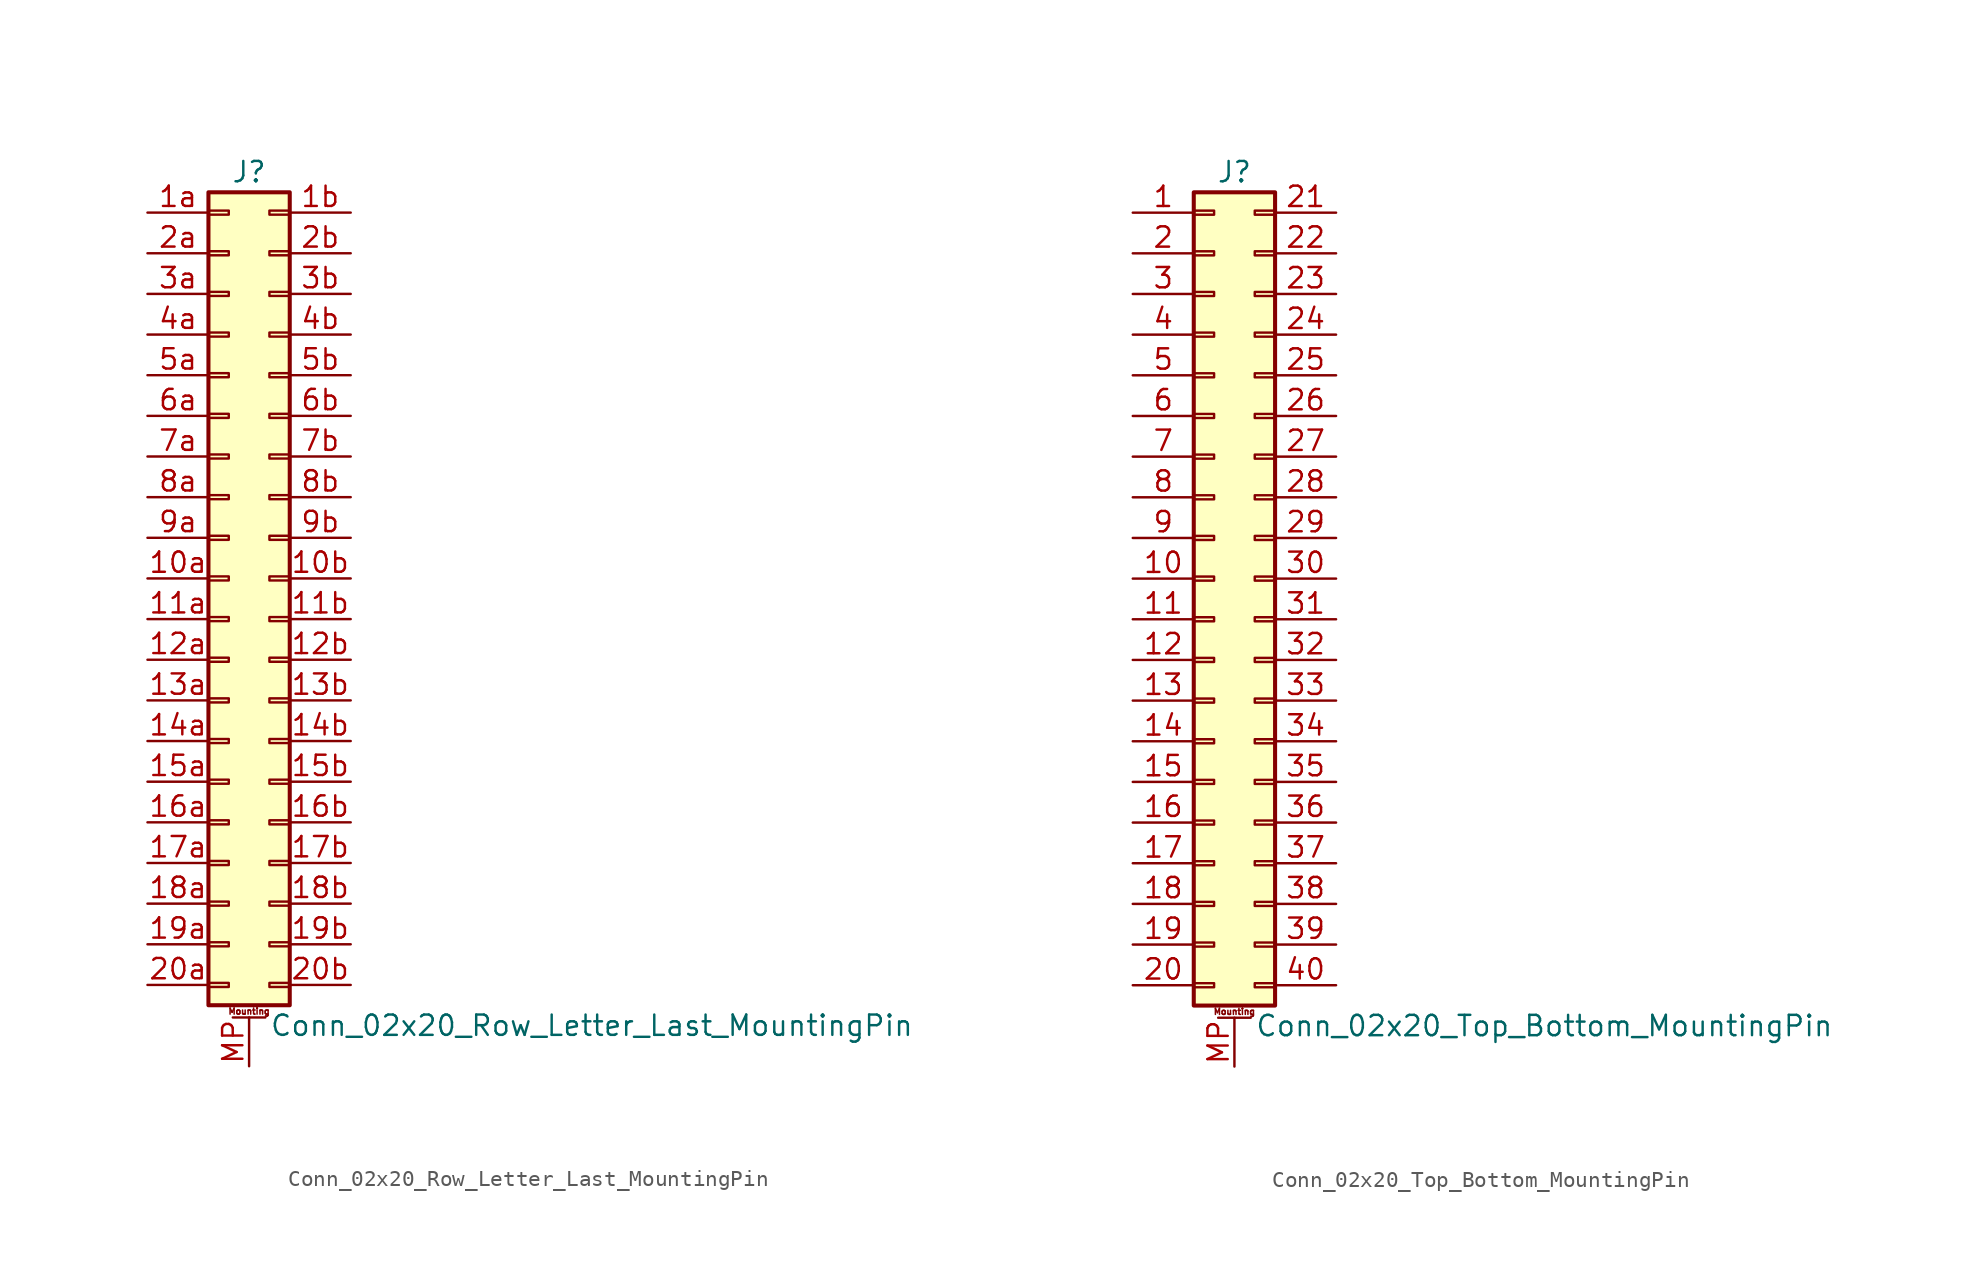
<source format=kicad_sym>
(kicad_symbol_lib
  (version 20201005)
  (generator kicad_symbol_editor)
  (symbol "Conn_02x20_Row_Letter_Last_MountingPin"
    (pin_names
      (offset 1.016) hide)
    (property "Reference" "J"
      (at 1.27 25.4 0)
      (effects (font (size 1.27 1.27))))
    (property "Value" "Conn_02x20_Row_Letter_Last_MountingPin"
      (at 2.54 -27.94 0)
      (effects (font (size 1.27 1.27)) (justify left)))
    (symbol "Conn_02x20_Row_Letter_Last_MountingPin_1_1"
      (text "Mounting" (at 1.27 -27.051 0) (effects (font (size 0.381 0.381))))
      (rectangle (start -1.27 -25.273) (end 0 -25.527) (stroke (width 0.152)) (fill (type none)))
      (rectangle (start -1.27 -22.733) (end 0 -22.987) (stroke (width 0.152)) (fill (type none)))
      (rectangle (start -1.27 -20.193) (end 0 -20.447) (stroke (width 0.152)) (fill (type none)))
      (rectangle (start -1.27 -17.653) (end 0 -17.907) (stroke (width 0.152)) (fill (type none)))
      (rectangle (start -1.27 -15.113) (end 0 -15.367) (stroke (width 0.152)) (fill (type none)))
      (rectangle (start -1.27 -12.573) (end 0 -12.827) (stroke (width 0.152)) (fill (type none)))
      (rectangle (start -1.27 -10.033) (end 0 -10.287) (stroke (width 0.152)) (fill (type none)))
      (rectangle (start -1.27 -7.493) (end 0 -7.747) (stroke (width 0.152)) (fill (type none)))
      (rectangle (start -1.27 -4.953) (end 0 -5.207) (stroke (width 0.152)) (fill (type none)))
      (rectangle (start -1.27 -2.413) (end 0 -2.667) (stroke (width 0.152)) (fill (type none)))
      (rectangle (start -1.27 0.127) (end 0 -0.127) (stroke (width 0.152)) (fill (type none)))
      (rectangle (start -1.27 2.667) (end 0 2.413) (stroke (width 0.152)) (fill (type none)))
      (rectangle (start -1.27 5.207) (end 0 4.953) (stroke (width 0.152)) (fill (type none)))
      (rectangle (start -1.27 7.747) (end 0 7.493) (stroke (width 0.152)) (fill (type none)))
      (rectangle (start -1.27 10.287) (end 0 10.033) (stroke (width 0.152)) (fill (type none)))
      (rectangle (start -1.27 12.827) (end 0 12.573) (stroke (width 0.152)) (fill (type none)))
      (rectangle (start -1.27 15.367) (end 0 15.113) (stroke (width 0.152)) (fill (type none)))
      (rectangle (start -1.27 17.907) (end 0 17.653) (stroke (width 0.152)) (fill (type none)))
      (rectangle (start -1.27 20.447) (end 0 20.193) (stroke (width 0.152)) (fill (type none)))
      (rectangle (start -1.27 22.987) (end 0 22.733) (stroke (width 0.152)) (fill (type none)))
      (rectangle (start -1.27 24.13) (end 3.81 -26.67) (stroke (width 0.254)) (fill (type background)))
      (rectangle (start 3.81 -25.273) (end 2.54 -25.527) (stroke (width 0.152)) (fill (type none)))
      (rectangle (start 3.81 -22.733) (end 2.54 -22.987) (stroke (width 0.152)) (fill (type none)))
      (rectangle (start 3.81 -20.193) (end 2.54 -20.447) (stroke (width 0.152)) (fill (type none)))
      (rectangle (start 3.81 -17.653) (end 2.54 -17.907) (stroke (width 0.152)) (fill (type none)))
      (rectangle (start 3.81 -15.113) (end 2.54 -15.367) (stroke (width 0.152)) (fill (type none)))
      (rectangle (start 3.81 -12.573) (end 2.54 -12.827) (stroke (width 0.152)) (fill (type none)))
      (rectangle (start 3.81 -10.033) (end 2.54 -10.287) (stroke (width 0.152)) (fill (type none)))
      (rectangle (start 3.81 -7.493) (end 2.54 -7.747) (stroke (width 0.152)) (fill (type none)))
      (rectangle (start 3.81 -4.953) (end 2.54 -5.207) (stroke (width 0.152)) (fill (type none)))
      (rectangle (start 3.81 -2.413) (end 2.54 -2.667) (stroke (width 0.152)) (fill (type none)))
      (rectangle (start 3.81 0.127) (end 2.54 -0.127) (stroke (width 0.152)) (fill (type none)))
      (rectangle (start 3.81 2.667) (end 2.54 2.413) (stroke (width 0.152)) (fill (type none)))
      (rectangle (start 3.81 5.207) (end 2.54 4.953) (stroke (width 0.152)) (fill (type none)))
      (rectangle (start 3.81 7.747) (end 2.54 7.493) (stroke (width 0.152)) (fill (type none)))
      (rectangle (start 3.81 10.287) (end 2.54 10.033) (stroke (width 0.152)) (fill (type none)))
      (rectangle (start 3.81 12.827) (end 2.54 12.573) (stroke (width 0.152)) (fill (type none)))
      (rectangle (start 3.81 15.367) (end 2.54 15.113) (stroke (width 0.152)) (fill (type none)))
      (rectangle (start 3.81 17.907) (end 2.54 17.653) (stroke (width 0.152)) (fill (type none)))
      (rectangle (start 3.81 20.447) (end 2.54 20.193) (stroke (width 0.152)) (fill (type none)))
      (rectangle (start 3.81 22.987) (end 2.54 22.733) (stroke (width 0.152)) (fill (type none)))
      (polyline (pts (xy 0.254 -27.432) (xy 2.286 -27.432)) (stroke (width 0.152)) (fill (type none)))
      (pin passive line (at -5.08 0 0) (length 3.81) (name "Pin_10a" (effects (font (size 1.27 1.27)))) (number "10a" (effects (font (size 1.27 1.27)))))
      (pin passive line (at 7.62 0 180) (length 3.81) (name "Pin_10b" (effects (font (size 1.27 1.27)))) (number "10b" (effects (font (size 1.27 1.27)))))
      (pin passive line (at -5.08 -2.54 0) (length 3.81) (name "Pin_11a" (effects (font (size 1.27 1.27)))) (number "11a" (effects (font (size 1.27 1.27)))))
      (pin passive line (at 7.62 -2.54 180) (length 3.81) (name "Pin_11b" (effects (font (size 1.27 1.27)))) (number "11b" (effects (font (size 1.27 1.27)))))
      (pin passive line (at -5.08 -5.08 0) (length 3.81) (name "Pin_12a" (effects (font (size 1.27 1.27)))) (number "12a" (effects (font (size 1.27 1.27)))))
      (pin passive line (at 7.62 -5.08 180) (length 3.81) (name "Pin_12b" (effects (font (size 1.27 1.27)))) (number "12b" (effects (font (size 1.27 1.27)))))
      (pin passive line (at -5.08 -7.62 0) (length 3.81) (name "Pin_13a" (effects (font (size 1.27 1.27)))) (number "13a" (effects (font (size 1.27 1.27)))))
      (pin passive line (at 7.62 -7.62 180) (length 3.81) (name "Pin_13b" (effects (font (size 1.27 1.27)))) (number "13b" (effects (font (size 1.27 1.27)))))
      (pin passive line (at -5.08 -10.16 0) (length 3.81) (name "Pin_14a" (effects (font (size 1.27 1.27)))) (number "14a" (effects (font (size 1.27 1.27)))))
      (pin passive line (at 7.62 -10.16 180) (length 3.81) (name "Pin_14b" (effects (font (size 1.27 1.27)))) (number "14b" (effects (font (size 1.27 1.27)))))
      (pin passive line (at -5.08 -12.7 0) (length 3.81) (name "Pin_15a" (effects (font (size 1.27 1.27)))) (number "15a" (effects (font (size 1.27 1.27)))))
      (pin passive line (at 7.62 -12.7 180) (length 3.81) (name "Pin_15b" (effects (font (size 1.27 1.27)))) (number "15b" (effects (font (size 1.27 1.27)))))
      (pin passive line (at -5.08 -15.24 0) (length 3.81) (name "Pin_16a" (effects (font (size 1.27 1.27)))) (number "16a" (effects (font (size 1.27 1.27)))))
      (pin passive line (at 7.62 -15.24 180) (length 3.81) (name "Pin_16b" (effects (font (size 1.27 1.27)))) (number "16b" (effects (font (size 1.27 1.27)))))
      (pin passive line (at -5.08 -17.78 0) (length 3.81) (name "Pin_17a" (effects (font (size 1.27 1.27)))) (number "17a" (effects (font (size 1.27 1.27)))))
      (pin passive line (at 7.62 -17.78 180) (length 3.81) (name "Pin_17b" (effects (font (size 1.27 1.27)))) (number "17b" (effects (font (size 1.27 1.27)))))
      (pin passive line (at -5.08 -20.32 0) (length 3.81) (name "Pin_18a" (effects (font (size 1.27 1.27)))) (number "18a" (effects (font (size 1.27 1.27)))))
      (pin passive line (at 7.62 -20.32 180) (length 3.81) (name "Pin_18b" (effects (font (size 1.27 1.27)))) (number "18b" (effects (font (size 1.27 1.27)))))
      (pin passive line (at -5.08 -22.86 0) (length 3.81) (name "Pin_19a" (effects (font (size 1.27 1.27)))) (number "19a" (effects (font (size 1.27 1.27)))))
      (pin passive line (at 7.62 -22.86 180) (length 3.81) (name "Pin_19b" (effects (font (size 1.27 1.27)))) (number "19b" (effects (font (size 1.27 1.27)))))
      (pin passive line (at -5.08 22.86 0) (length 3.81) (name "Pin_1a" (effects (font (size 1.27 1.27)))) (number "1a" (effects (font (size 1.27 1.27)))))
      (pin passive line (at 7.62 22.86 180) (length 3.81) (name "Pin_1b" (effects (font (size 1.27 1.27)))) (number "1b" (effects (font (size 1.27 1.27)))))
      (pin passive line (at -5.08 -25.4 0) (length 3.81) (name "Pin_20a" (effects (font (size 1.27 1.27)))) (number "20a" (effects (font (size 1.27 1.27)))))
      (pin passive line (at 7.62 -25.4 180) (length 3.81) (name "Pin_20b" (effects (font (size 1.27 1.27)))) (number "20b" (effects (font (size 1.27 1.27)))))
      (pin passive line (at -5.08 20.32 0) (length 3.81) (name "Pin_2a" (effects (font (size 1.27 1.27)))) (number "2a" (effects (font (size 1.27 1.27)))))
      (pin passive line (at 7.62 20.32 180) (length 3.81) (name "Pin_2b" (effects (font (size 1.27 1.27)))) (number "2b" (effects (font (size 1.27 1.27)))))
      (pin passive line (at -5.08 17.78 0) (length 3.81) (name "Pin_3a" (effects (font (size 1.27 1.27)))) (number "3a" (effects (font (size 1.27 1.27)))))
      (pin passive line (at 7.62 17.78 180) (length 3.81) (name "Pin_3b" (effects (font (size 1.27 1.27)))) (number "3b" (effects (font (size 1.27 1.27)))))
      (pin passive line (at -5.08 15.24 0) (length 3.81) (name "Pin_4a" (effects (font (size 1.27 1.27)))) (number "4a" (effects (font (size 1.27 1.27)))))
      (pin passive line (at 7.62 15.24 180) (length 3.81) (name "Pin_4b" (effects (font (size 1.27 1.27)))) (number "4b" (effects (font (size 1.27 1.27)))))
      (pin passive line (at -5.08 12.7 0) (length 3.81) (name "Pin_5a" (effects (font (size 1.27 1.27)))) (number "5a" (effects (font (size 1.27 1.27)))))
      (pin passive line (at 7.62 12.7 180) (length 3.81) (name "Pin_5b" (effects (font (size 1.27 1.27)))) (number "5b" (effects (font (size 1.27 1.27)))))
      (pin passive line (at -5.08 10.16 0) (length 3.81) (name "Pin_6a" (effects (font (size 1.27 1.27)))) (number "6a" (effects (font (size 1.27 1.27)))))
      (pin passive line (at 7.62 10.16 180) (length 3.81) (name "Pin_6b" (effects (font (size 1.27 1.27)))) (number "6b" (effects (font (size 1.27 1.27)))))
      (pin passive line (at -5.08 7.62 0) (length 3.81) (name "Pin_7a" (effects (font (size 1.27 1.27)))) (number "7a" (effects (font (size 1.27 1.27)))))
      (pin passive line (at 7.62 7.62 180) (length 3.81) (name "Pin_7b" (effects (font (size 1.27 1.27)))) (number "7b" (effects (font (size 1.27 1.27)))))
      (pin passive line (at -5.08 5.08 0) (length 3.81) (name "Pin_8a" (effects (font (size 1.27 1.27)))) (number "8a" (effects (font (size 1.27 1.27)))))
      (pin passive line (at 7.62 5.08 180) (length 3.81) (name "Pin_8b" (effects (font (size 1.27 1.27)))) (number "8b" (effects (font (size 1.27 1.27)))))
      (pin passive line (at -5.08 2.54 0) (length 3.81) (name "Pin_9a" (effects (font (size 1.27 1.27)))) (number "9a" (effects (font (size 1.27 1.27)))))
      (pin passive line (at 7.62 2.54 180) (length 3.81) (name "Pin_9b" (effects (font (size 1.27 1.27)))) (number "9b" (effects (font (size 1.27 1.27)))))
      (pin passive line (at 1.27 -30.48 90) (length 3.048) (name "MountPin" (effects (font (size 1.27 1.27)))) (number "MP" (effects (font (size 1.27 1.27)))))))
  (symbol "Conn_02x20_Top_Bottom_MountingPin"
    (pin_names
      (offset 1.016) hide)
    (property "Reference" "J"
      (at 1.27 25.4 0)
      (effects (font (size 1.27 1.27))))
    (property "Value" "Conn_02x20_Top_Bottom_MountingPin"
      (at 2.54 -27.94 0)
      (effects (font (size 1.27 1.27)) (justify left)))
    (symbol "Conn_02x20_Top_Bottom_MountingPin_1_1"
      (text "Mounting" (at 1.27 -27.051 0) (effects (font (size 0.381 0.381))))
      (rectangle (start -1.27 -25.273) (end 0 -25.527) (stroke (width 0.152)) (fill (type none)))
      (rectangle (start -1.27 -22.733) (end 0 -22.987) (stroke (width 0.152)) (fill (type none)))
      (rectangle (start -1.27 -20.193) (end 0 -20.447) (stroke (width 0.152)) (fill (type none)))
      (rectangle (start -1.27 -17.653) (end 0 -17.907) (stroke (width 0.152)) (fill (type none)))
      (rectangle (start -1.27 -15.113) (end 0 -15.367) (stroke (width 0.152)) (fill (type none)))
      (rectangle (start -1.27 -12.573) (end 0 -12.827) (stroke (width 0.152)) (fill (type none)))
      (rectangle (start -1.27 -10.033) (end 0 -10.287) (stroke (width 0.152)) (fill (type none)))
      (rectangle (start -1.27 -7.493) (end 0 -7.747) (stroke (width 0.152)) (fill (type none)))
      (rectangle (start -1.27 -4.953) (end 0 -5.207) (stroke (width 0.152)) (fill (type none)))
      (rectangle (start -1.27 -2.413) (end 0 -2.667) (stroke (width 0.152)) (fill (type none)))
      (rectangle (start -1.27 0.127) (end 0 -0.127) (stroke (width 0.152)) (fill (type none)))
      (rectangle (start -1.27 2.667) (end 0 2.413) (stroke (width 0.152)) (fill (type none)))
      (rectangle (start -1.27 5.207) (end 0 4.953) (stroke (width 0.152)) (fill (type none)))
      (rectangle (start -1.27 7.747) (end 0 7.493) (stroke (width 0.152)) (fill (type none)))
      (rectangle (start -1.27 10.287) (end 0 10.033) (stroke (width 0.152)) (fill (type none)))
      (rectangle (start -1.27 12.827) (end 0 12.573) (stroke (width 0.152)) (fill (type none)))
      (rectangle (start -1.27 15.367) (end 0 15.113) (stroke (width 0.152)) (fill (type none)))
      (rectangle (start -1.27 17.907) (end 0 17.653) (stroke (width 0.152)) (fill (type none)))
      (rectangle (start -1.27 20.447) (end 0 20.193) (stroke (width 0.152)) (fill (type none)))
      (rectangle (start -1.27 22.987) (end 0 22.733) (stroke (width 0.152)) (fill (type none)))
      (rectangle (start -1.27 24.13) (end 3.81 -26.67) (stroke (width 0.254)) (fill (type background)))
      (rectangle (start 3.81 -25.273) (end 2.54 -25.527) (stroke (width 0.152)) (fill (type none)))
      (rectangle (start 3.81 -22.733) (end 2.54 -22.987) (stroke (width 0.152)) (fill (type none)))
      (rectangle (start 3.81 -20.193) (end 2.54 -20.447) (stroke (width 0.152)) (fill (type none)))
      (rectangle (start 3.81 -17.653) (end 2.54 -17.907) (stroke (width 0.152)) (fill (type none)))
      (rectangle (start 3.81 -15.113) (end 2.54 -15.367) (stroke (width 0.152)) (fill (type none)))
      (rectangle (start 3.81 -12.573) (end 2.54 -12.827) (stroke (width 0.152)) (fill (type none)))
      (rectangle (start 3.81 -10.033) (end 2.54 -10.287) (stroke (width 0.152)) (fill (type none)))
      (rectangle (start 3.81 -7.493) (end 2.54 -7.747) (stroke (width 0.152)) (fill (type none)))
      (rectangle (start 3.81 -4.953) (end 2.54 -5.207) (stroke (width 0.152)) (fill (type none)))
      (rectangle (start 3.81 -2.413) (end 2.54 -2.667) (stroke (width 0.152)) (fill (type none)))
      (rectangle (start 3.81 0.127) (end 2.54 -0.127) (stroke (width 0.152)) (fill (type none)))
      (rectangle (start 3.81 2.667) (end 2.54 2.413) (stroke (width 0.152)) (fill (type none)))
      (rectangle (start 3.81 5.207) (end 2.54 4.953) (stroke (width 0.152)) (fill (type none)))
      (rectangle (start 3.81 7.747) (end 2.54 7.493) (stroke (width 0.152)) (fill (type none)))
      (rectangle (start 3.81 10.287) (end 2.54 10.033) (stroke (width 0.152)) (fill (type none)))
      (rectangle (start 3.81 12.827) (end 2.54 12.573) (stroke (width 0.152)) (fill (type none)))
      (rectangle (start 3.81 15.367) (end 2.54 15.113) (stroke (width 0.152)) (fill (type none)))
      (rectangle (start 3.81 17.907) (end 2.54 17.653) (stroke (width 0.152)) (fill (type none)))
      (rectangle (start 3.81 20.447) (end 2.54 20.193) (stroke (width 0.152)) (fill (type none)))
      (rectangle (start 3.81 22.987) (end 2.54 22.733) (stroke (width 0.152)) (fill (type none)))
      (polyline (pts (xy 0.254 -27.432) (xy 2.286 -27.432)) (stroke (width 0.152)) (fill (type none)))
      (pin passive line (at -5.08 22.86 0) (length 3.81) (name "Pin_1" (effects (font (size 1.27 1.27)))) (number "1" (effects (font (size 1.27 1.27)))))
      (pin passive line (at -5.08 0 0) (length 3.81) (name "Pin_10" (effects (font (size 1.27 1.27)))) (number "10" (effects (font (size 1.27 1.27)))))
      (pin passive line (at -5.08 -2.54 0) (length 3.81) (name "Pin_11" (effects (font (size 1.27 1.27)))) (number "11" (effects (font (size 1.27 1.27)))))
      (pin passive line (at -5.08 -5.08 0) (length 3.81) (name "Pin_12" (effects (font (size 1.27 1.27)))) (number "12" (effects (font (size 1.27 1.27)))))
      (pin passive line (at -5.08 -7.62 0) (length 3.81) (name "Pin_13" (effects (font (size 1.27 1.27)))) (number "13" (effects (font (size 1.27 1.27)))))
      (pin passive line (at -5.08 -10.16 0) (length 3.81) (name "Pin_14" (effects (font (size 1.27 1.27)))) (number "14" (effects (font (size 1.27 1.27)))))
      (pin passive line (at -5.08 -12.7 0) (length 3.81) (name "Pin_15" (effects (font (size 1.27 1.27)))) (number "15" (effects (font (size 1.27 1.27)))))
      (pin passive line (at -5.08 -15.24 0) (length 3.81) (name "Pin_16" (effects (font (size 1.27 1.27)))) (number "16" (effects (font (size 1.27 1.27)))))
      (pin passive line (at -5.08 -17.78 0) (length 3.81) (name "Pin_17" (effects (font (size 1.27 1.27)))) (number "17" (effects (font (size 1.27 1.27)))))
      (pin passive line (at -5.08 -20.32 0) (length 3.81) (name "Pin_18" (effects (font (size 1.27 1.27)))) (number "18" (effects (font (size 1.27 1.27)))))
      (pin passive line (at -5.08 -22.86 0) (length 3.81) (name "Pin_19" (effects (font (size 1.27 1.27)))) (number "19" (effects (font (size 1.27 1.27)))))
      (pin passive line (at -5.08 20.32 0) (length 3.81) (name "Pin_2" (effects (font (size 1.27 1.27)))) (number "2" (effects (font (size 1.27 1.27)))))
      (pin passive line (at -5.08 -25.4 0) (length 3.81) (name "Pin_20" (effects (font (size 1.27 1.27)))) (number "20" (effects (font (size 1.27 1.27)))))
      (pin passive line (at 7.62 22.86 180) (length 3.81) (name "Pin_21" (effects (font (size 1.27 1.27)))) (number "21" (effects (font (size 1.27 1.27)))))
      (pin passive line (at 7.62 20.32 180) (length 3.81) (name "Pin_22" (effects (font (size 1.27 1.27)))) (number "22" (effects (font (size 1.27 1.27)))))
      (pin passive line (at 7.62 17.78 180) (length 3.81) (name "Pin_23" (effects (font (size 1.27 1.27)))) (number "23" (effects (font (size 1.27 1.27)))))
      (pin passive line (at 7.62 15.24 180) (length 3.81) (name "Pin_24" (effects (font (size 1.27 1.27)))) (number "24" (effects (font (size 1.27 1.27)))))
      (pin passive line (at 7.62 12.7 180) (length 3.81) (name "Pin_25" (effects (font (size 1.27 1.27)))) (number "25" (effects (font (size 1.27 1.27)))))
      (pin passive line (at 7.62 10.16 180) (length 3.81) (name "Pin_26" (effects (font (size 1.27 1.27)))) (number "26" (effects (font (size 1.27 1.27)))))
      (pin passive line (at 7.62 7.62 180) (length 3.81) (name "Pin_27" (effects (font (size 1.27 1.27)))) (number "27" (effects (font (size 1.27 1.27)))))
      (pin passive line (at 7.62 5.08 180) (length 3.81) (name "Pin_28" (effects (font (size 1.27 1.27)))) (number "28" (effects (font (size 1.27 1.27)))))
      (pin passive line (at 7.62 2.54 180) (length 3.81) (name "Pin_29" (effects (font (size 1.27 1.27)))) (number "29" (effects (font (size 1.27 1.27)))))
      (pin passive line (at -5.08 17.78 0) (length 3.81) (name "Pin_3" (effects (font (size 1.27 1.27)))) (number "3" (effects (font (size 1.27 1.27)))))
      (pin passive line (at 7.62 0 180) (length 3.81) (name "Pin_30" (effects (font (size 1.27 1.27)))) (number "30" (effects (font (size 1.27 1.27)))))
      (pin passive line (at 7.62 -2.54 180) (length 3.81) (name "Pin_31" (effects (font (size 1.27 1.27)))) (number "31" (effects (font (size 1.27 1.27)))))
      (pin passive line (at 7.62 -5.08 180) (length 3.81) (name "Pin_32" (effects (font (size 1.27 1.27)))) (number "32" (effects (font (size 1.27 1.27)))))
      (pin passive line (at 7.62 -7.62 180) (length 3.81) (name "Pin_33" (effects (font (size 1.27 1.27)))) (number "33" (effects (font (size 1.27 1.27)))))
      (pin passive line (at 7.62 -10.16 180) (length 3.81) (name "Pin_34" (effects (font (size 1.27 1.27)))) (number "34" (effects (font (size 1.27 1.27)))))
      (pin passive line (at 7.62 -12.7 180) (length 3.81) (name "Pin_35" (effects (font (size 1.27 1.27)))) (number "35" (effects (font (size 1.27 1.27)))))
      (pin passive line (at 7.62 -15.24 180) (length 3.81) (name "Pin_36" (effects (font (size 1.27 1.27)))) (number "36" (effects (font (size 1.27 1.27)))))
      (pin passive line (at 7.62 -17.78 180) (length 3.81) (name "Pin_37" (effects (font (size 1.27 1.27)))) (number "37" (effects (font (size 1.27 1.27)))))
      (pin passive line (at 7.62 -20.32 180) (length 3.81) (name "Pin_38" (effects (font (size 1.27 1.27)))) (number "38" (effects (font (size 1.27 1.27)))))
      (pin passive line (at 7.62 -22.86 180) (length 3.81) (name "Pin_39" (effects (font (size 1.27 1.27)))) (number "39" (effects (font (size 1.27 1.27)))))
      (pin passive line (at -5.08 15.24 0) (length 3.81) (name "Pin_4" (effects (font (size 1.27 1.27)))) (number "4" (effects (font (size 1.27 1.27)))))
      (pin passive line (at 7.62 -25.4 180) (length 3.81) (name "Pin_40" (effects (font (size 1.27 1.27)))) (number "40" (effects (font (size 1.27 1.27)))))
      (pin passive line (at -5.08 12.7 0) (length 3.81) (name "Pin_5" (effects (font (size 1.27 1.27)))) (number "5" (effects (font (size 1.27 1.27)))))
      (pin passive line (at -5.08 10.16 0) (length 3.81) (name "Pin_6" (effects (font (size 1.27 1.27)))) (number "6" (effects (font (size 1.27 1.27)))))
      (pin passive line (at -5.08 7.62 0) (length 3.81) (name "Pin_7" (effects (font (size 1.27 1.27)))) (number "7" (effects (font (size 1.27 1.27)))))
      (pin passive line (at -5.08 5.08 0) (length 3.81) (name "Pin_8" (effects (font (size 1.27 1.27)))) (number "8" (effects (font (size 1.27 1.27)))))
      (pin passive line (at -5.08 2.54 0) (length 3.81) (name "Pin_9" (effects (font (size 1.27 1.27)))) (number "9" (effects (font (size 1.27 1.27)))))
      (pin passive line (at 1.27 -30.48 90) (length 3.048) (name "MountPin" (effects (font (size 1.27 1.27)))) (number "MP" (effects (font (size 1.27 1.27))))))))
</source>
